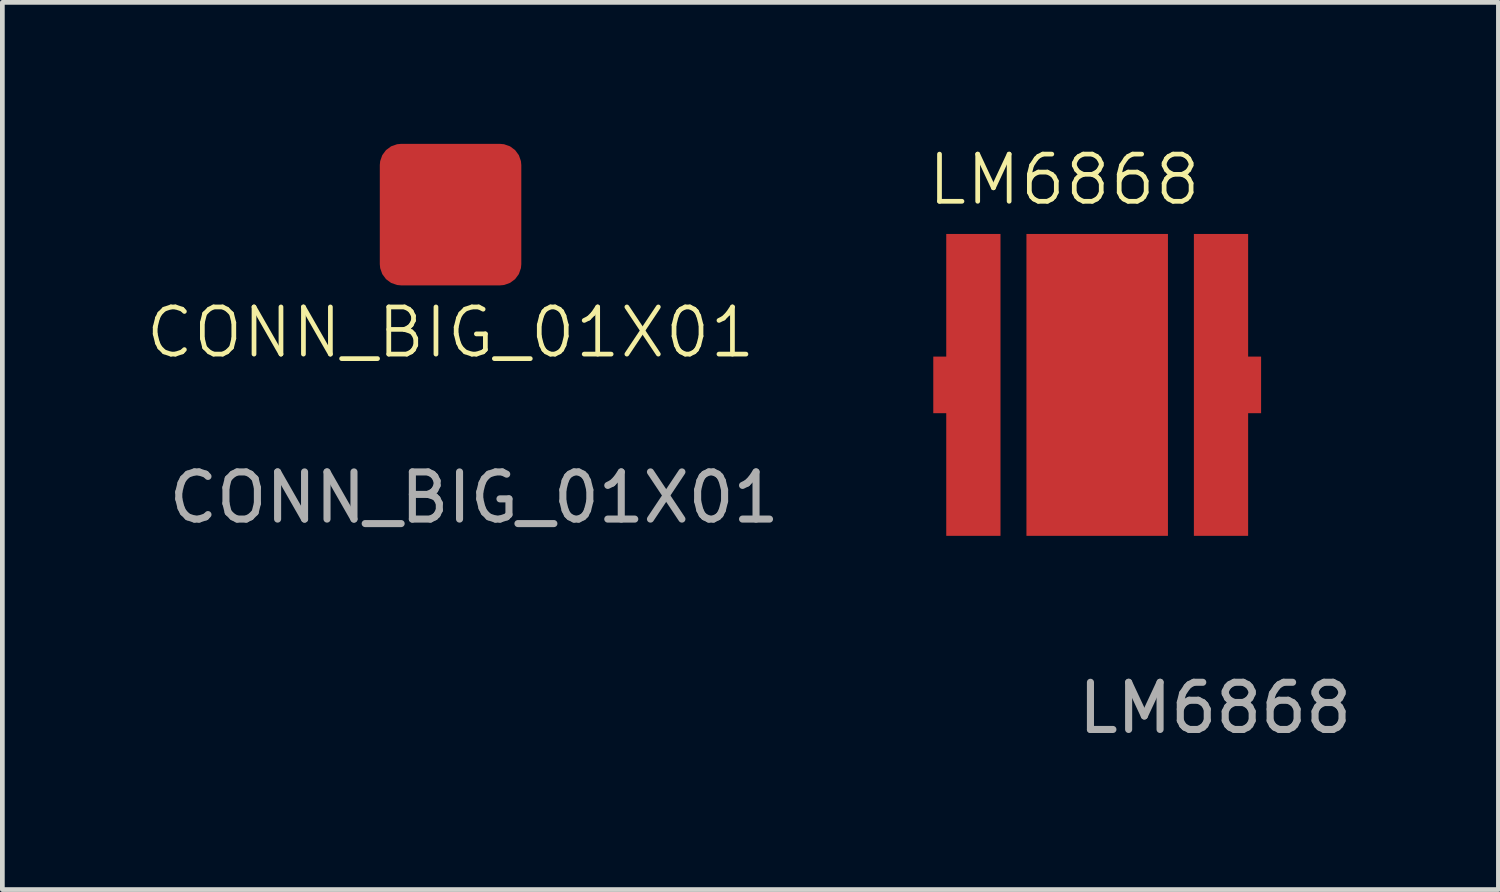
<source format=kicad_pcb>
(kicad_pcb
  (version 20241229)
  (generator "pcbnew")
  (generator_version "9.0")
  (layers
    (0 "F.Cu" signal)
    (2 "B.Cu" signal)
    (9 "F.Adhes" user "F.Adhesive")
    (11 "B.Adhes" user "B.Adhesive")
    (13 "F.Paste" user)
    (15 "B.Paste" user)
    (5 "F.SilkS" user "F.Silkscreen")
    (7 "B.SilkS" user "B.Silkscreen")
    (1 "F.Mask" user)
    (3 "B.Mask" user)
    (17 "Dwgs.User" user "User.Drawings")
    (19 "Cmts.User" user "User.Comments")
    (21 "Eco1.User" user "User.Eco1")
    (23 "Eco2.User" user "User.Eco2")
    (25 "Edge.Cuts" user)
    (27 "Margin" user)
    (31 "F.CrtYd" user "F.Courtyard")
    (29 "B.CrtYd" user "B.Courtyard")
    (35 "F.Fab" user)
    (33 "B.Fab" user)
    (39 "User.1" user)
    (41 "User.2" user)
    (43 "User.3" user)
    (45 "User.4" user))
  (footprint "CONN_BIG_01X01"
    (layer "F.Cu")
    (at 6.502 1.5)
    (property "Reference" "CONN_BIG_01X01" (at 0 2.5 0) (unlocked yes) (layer "F.SilkS") (effects (font (size 1 1) (thickness 0.1))))
    (attr smd)
    (fp_text user "${REFERENCE}" (at 0.5 6 0) (unlocked yes) (layer "F.Fab") (effects (font (size 1 1) (thickness 0.15))))
    (pad "1" smd roundrect (at 0 0) (size 3 3) (layers "F.Cu" "F.Mask" "F.Paste") (roundrect_rratio 0.15)))
  (footprint "LM6868"
    (layer "F.Cu")
    (at 17.011 8.31)
    (property "Reference" "LM6868" (at 2.5 -7.55 0) (unlocked yes) (layer "F.SilkS") (effects (font (size 1 1) (thickness 0.1))))
    (attr smd)
    (fp_text user "${REFERENCE}" (at 5.7 3.65 0) (unlocked yes) (layer "F.Fab") (effects (font (size 1 1) (thickness 0.15))))
    (pad "1" smd custom (at 0.575 -3.2) (size 1.15 6.4) (layers "F.Cu" "F.Mask" "F.Paste") (options (anchor rect)) (primitives (gr_poly (pts (xy -0.85 -0.6) (xy -0.075 -0.6) (xy -0.075 0.6) (xy -0.85 0.6)) (width 0) (fill yes))))
    (pad "2" smd custom (at 5.825 -3.2) (size 1.15 6.4) (layers "F.Cu" "F.Mask" "F.Paste") (options (anchor rect)) (primitives (gr_poly (pts (xy 0.075 -0.6) (xy 0.85 -0.6) (xy 0.85 0.6) (xy 0.075 0.6)) (width 0) (fill yes))))
    (pad "3" smd rect (at 3.2 -3.2) (size 3 6.4) (layers "F.Cu" "F.Mask" "F.Paste")))
  (gr_rect
    (start -3 -3)
    (end 28.717 15.809)
    (stroke (width 0.1) (type default))
    (fill no)
    (layer "Edge.Cuts")))
</source>
